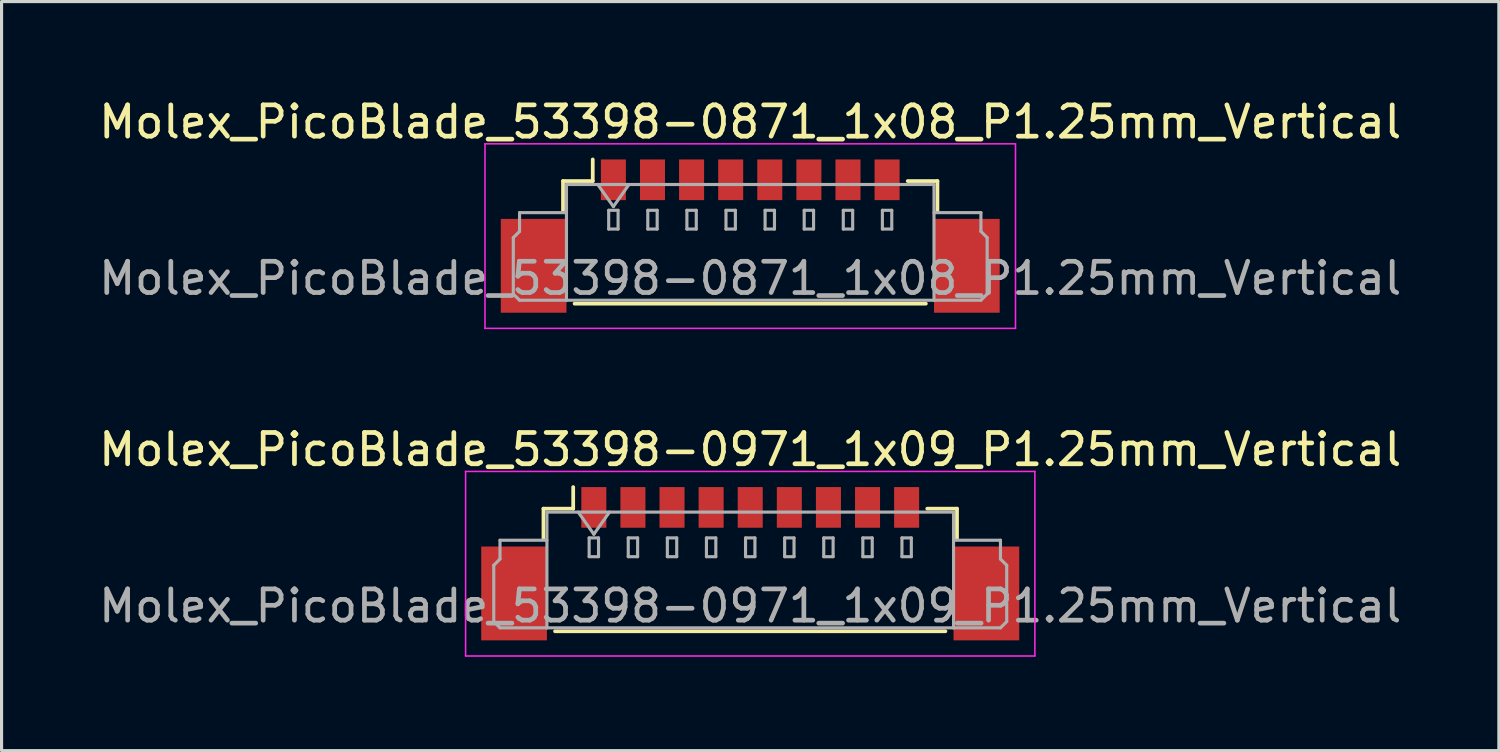
<source format=kicad_pcb>
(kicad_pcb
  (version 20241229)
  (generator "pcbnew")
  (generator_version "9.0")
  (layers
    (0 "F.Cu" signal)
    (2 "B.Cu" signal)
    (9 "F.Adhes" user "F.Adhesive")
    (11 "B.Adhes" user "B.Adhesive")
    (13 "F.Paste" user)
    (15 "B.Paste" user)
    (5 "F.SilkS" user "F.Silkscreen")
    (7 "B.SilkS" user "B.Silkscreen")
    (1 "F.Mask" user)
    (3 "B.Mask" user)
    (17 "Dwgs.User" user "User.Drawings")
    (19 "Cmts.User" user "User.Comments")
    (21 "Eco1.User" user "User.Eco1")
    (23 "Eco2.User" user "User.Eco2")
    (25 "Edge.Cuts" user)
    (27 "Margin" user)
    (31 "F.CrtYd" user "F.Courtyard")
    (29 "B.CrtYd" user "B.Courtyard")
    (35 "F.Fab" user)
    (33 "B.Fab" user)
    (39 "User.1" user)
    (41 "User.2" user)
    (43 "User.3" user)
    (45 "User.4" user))
  (footprint "Molex_PicoBlade_53398-0871_1x08_P1.25mm_Vertical"
    (layer "F.Cu")
    (at 20.935 4.498)
    (property "Reference" "Molex_PicoBlade_53398-0871_1x08_P1.25mm_Vertical" (at 0 -3.65 0) (layer "F.SilkS") (effects (font (size 1 1) (thickness 0.15))))
    (attr smd)
    (fp_line (start -5.985 -1.76) (end -5.035 -1.76) (stroke (width 0.12) (type solid)) (layer "F.SilkS"))
    (fp_line (start -5.985 -0.81) (end -5.985 -1.76) (stroke (width 0.12) (type solid)) (layer "F.SilkS"))
    (fp_line (start -5.615 2.16) (end 5.615 2.16) (stroke (width 0.12) (type solid)) (layer "F.SilkS"))
    (fp_line (start -5.035 -1.76) (end -5.035 -2.45) (stroke (width 0.12) (type solid)) (layer "F.SilkS"))
    (fp_line (start 5.985 -1.76) (end 5.035 -1.76) (stroke (width 0.12) (type solid)) (layer "F.SilkS"))
    (fp_line (start 5.985 -0.81) (end 5.985 -1.76) (stroke (width 0.12) (type solid)) (layer "F.SilkS"))
    (fp_line (start -8.48 -2.95) (end -8.48 2.95) (stroke (width 0.05) (type solid)) (layer "F.CrtYd"))
    (fp_line (start -8.48 2.95) (end 8.48 2.95) (stroke (width 0.05) (type solid)) (layer "F.CrtYd"))
    (fp_line (start 8.48 -2.95) (end -8.48 -2.95) (stroke (width 0.05) (type solid)) (layer "F.CrtYd"))
    (fp_line (start 8.48 2.95) (end 8.48 -2.95) (stroke (width 0.05) (type solid)) (layer "F.CrtYd"))
    (fp_line (start -7.575 0.05) (end -7.375 -0.15) (stroke (width 0.1) (type solid)) (layer "F.Fab"))
    (fp_line (start -7.575 1.85) (end -7.575 0.05) (stroke (width 0.1) (type solid)) (layer "F.Fab"))
    (fp_line (start -7.375 -0.75) (end -5.875 -0.75) (stroke (width 0.1) (type solid)) (layer "F.Fab"))
    (fp_line (start -7.375 -0.15) (end -7.375 -0.75) (stroke (width 0.1) (type solid)) (layer "F.Fab"))
    (fp_line (start -7.375 2.05) (end -7.575 1.85) (stroke (width 0.1) (type solid)) (layer "F.Fab"))
    (fp_line (start -5.875 -1.65) (end -5.875 2.05) (stroke (width 0.1) (type solid)) (layer "F.Fab"))
    (fp_line (start -5.875 -1.65) (end 5.875 -1.65) (stroke (width 0.1) (type solid)) (layer "F.Fab"))
    (fp_line (start -5.875 2.05) (end -7.375 2.05) (stroke (width 0.1) (type solid)) (layer "F.Fab"))
    (fp_line (start -5.875 2.05) (end 5.875 2.05) (stroke (width 0.1) (type solid)) (layer "F.Fab"))
    (fp_line (start -4.875 -1.65) (end -4.375 -0.943) (stroke (width 0.1) (type solid)) (layer "F.Fab"))
    (fp_line (start -4.525 -0.825) (end -4.525 -0.225) (stroke (width 0.1) (type solid)) (layer "F.Fab"))
    (fp_line (start -4.525 -0.225) (end -4.225 -0.225) (stroke (width 0.1) (type solid)) (layer "F.Fab"))
    (fp_line (start -4.375 -0.943) (end -3.875 -1.65) (stroke (width 0.1) (type solid)) (layer "F.Fab"))
    (fp_line (start -4.225 -0.825) (end -4.525 -0.825) (stroke (width 0.1) (type solid)) (layer "F.Fab"))
    (fp_line (start -4.225 -0.225) (end -4.225 -0.825) (stroke (width 0.1) (type solid)) (layer "F.Fab"))
    (fp_line (start -3.275 -0.825) (end -3.275 -0.225) (stroke (width 0.1) (type solid)) (layer "F.Fab"))
    (fp_line (start -3.275 -0.225) (end -2.975 -0.225) (stroke (width 0.1) (type solid)) (layer "F.Fab"))
    (fp_line (start -2.975 -0.825) (end -3.275 -0.825) (stroke (width 0.1) (type solid)) (layer "F.Fab"))
    (fp_line (start -2.975 -0.225) (end -2.975 -0.825) (stroke (width 0.1) (type solid)) (layer "F.Fab"))
    (fp_line (start -2.025 -0.825) (end -2.025 -0.225) (stroke (width 0.1) (type solid)) (layer "F.Fab"))
    (fp_line (start -2.025 -0.225) (end -1.725 -0.225) (stroke (width 0.1) (type solid)) (layer "F.Fab"))
    (fp_line (start -1.725 -0.825) (end -2.025 -0.825) (stroke (width 0.1) (type solid)) (layer "F.Fab"))
    (fp_line (start -1.725 -0.225) (end -1.725 -0.825) (stroke (width 0.1) (type solid)) (layer "F.Fab"))
    (fp_line (start -0.775 -0.825) (end -0.775 -0.225) (stroke (width 0.1) (type solid)) (layer "F.Fab"))
    (fp_line (start -0.775 -0.225) (end -0.475 -0.225) (stroke (width 0.1) (type solid)) (layer "F.Fab"))
    (fp_line (start -0.475 -0.825) (end -0.775 -0.825) (stroke (width 0.1) (type solid)) (layer "F.Fab"))
    (fp_line (start -0.475 -0.225) (end -0.475 -0.825) (stroke (width 0.1) (type solid)) (layer "F.Fab"))
    (fp_line (start 0.475 -0.825) (end 0.475 -0.225) (stroke (width 0.1) (type solid)) (layer "F.Fab"))
    (fp_line (start 0.475 -0.225) (end 0.775 -0.225) (stroke (width 0.1) (type solid)) (layer "F.Fab"))
    (fp_line (start 0.775 -0.825) (end 0.475 -0.825) (stroke (width 0.1) (type solid)) (layer "F.Fab"))
    (fp_line (start 0.775 -0.225) (end 0.775 -0.825) (stroke (width 0.1) (type solid)) (layer "F.Fab"))
    (fp_line (start 1.725 -0.825) (end 1.725 -0.225) (stroke (width 0.1) (type solid)) (layer "F.Fab"))
    (fp_line (start 1.725 -0.225) (end 2.025 -0.225) (stroke (width 0.1) (type solid)) (layer "F.Fab"))
    (fp_line (start 2.025 -0.825) (end 1.725 -0.825) (stroke (width 0.1) (type solid)) (layer "F.Fab"))
    (fp_line (start 2.025 -0.225) (end 2.025 -0.825) (stroke (width 0.1) (type solid)) (layer "F.Fab"))
    (fp_line (start 2.975 -0.825) (end 2.975 -0.225) (stroke (width 0.1) (type solid)) (layer "F.Fab"))
    (fp_line (start 2.975 -0.225) (end 3.275 -0.225) (stroke (width 0.1) (type solid)) (layer "F.Fab"))
    (fp_line (start 3.275 -0.825) (end 2.975 -0.825) (stroke (width 0.1) (type solid)) (layer "F.Fab"))
    (fp_line (start 3.275 -0.225) (end 3.275 -0.825) (stroke (width 0.1) (type solid)) (layer "F.Fab"))
    (fp_line (start 4.225 -0.825) (end 4.225 -0.225) (stroke (width 0.1) (type solid)) (layer "F.Fab"))
    (fp_line (start 4.225 -0.225) (end 4.525 -0.225) (stroke (width 0.1) (type solid)) (layer "F.Fab"))
    (fp_line (start 4.525 -0.825) (end 4.225 -0.825) (stroke (width 0.1) (type solid)) (layer "F.Fab"))
    (fp_line (start 4.525 -0.225) (end 4.525 -0.825) (stroke (width 0.1) (type solid)) (layer "F.Fab"))
    (fp_line (start 5.875 -1.65) (end 5.875 2.05) (stroke (width 0.1) (type solid)) (layer "F.Fab"))
    (fp_line (start 5.875 2.05) (end 7.375 2.05) (stroke (width 0.1) (type solid)) (layer "F.Fab"))
    (fp_line (start 7.375 -0.75) (end 5.875 -0.75) (stroke (width 0.1) (type solid)) (layer "F.Fab"))
    (fp_line (start 7.375 -0.15) (end 7.375 -0.75) (stroke (width 0.1) (type solid)) (layer "F.Fab"))
    (fp_line (start 7.375 2.05) (end 7.575 1.85) (stroke (width 0.1) (type solid)) (layer "F.Fab"))
    (fp_line (start 7.575 0.05) (end 7.375 -0.15) (stroke (width 0.1) (type solid)) (layer "F.Fab"))
    (fp_line (start 7.575 1.85) (end 7.575 0.05) (stroke (width 0.1) (type solid)) (layer "F.Fab"))
    (fp_text user "${REFERENCE}" (at 0 1.35 0) (layer "F.Fab") (effects (font (size 1 1) (thickness 0.15))))
    (pad "" smd rect (at -6.925 0.95) (size 2.1 3) (layers "F.Cu" "F.Mask" "F.Paste"))
    (pad "" smd rect (at 6.925 0.95) (size 2.1 3) (layers "F.Cu" "F.Mask" "F.Paste"))
    (pad "1" smd rect (at -4.375 -1.8) (size 0.8 1.3) (layers "F.Cu" "F.Mask" "F.Paste"))
    (pad "2" smd rect (at -3.125 -1.8) (size 0.8 1.3) (layers "F.Cu" "F.Mask" "F.Paste"))
    (pad "3" smd rect (at -1.875 -1.8) (size 0.8 1.3) (layers "F.Cu" "F.Mask" "F.Paste"))
    (pad "4" smd rect (at -0.625 -1.8) (size 0.8 1.3) (layers "F.Cu" "F.Mask" "F.Paste"))
    (pad "5" smd rect (at 0.625 -1.8) (size 0.8 1.3) (layers "F.Cu" "F.Mask" "F.Paste"))
    (pad "6" smd rect (at 1.875 -1.8) (size 0.8 1.3) (layers "F.Cu" "F.Mask" "F.Paste"))
    (pad "7" smd rect (at 3.125 -1.8) (size 0.8 1.3) (layers "F.Cu" "F.Mask" "F.Paste"))
    (pad "8" smd rect (at 4.375 -1.8) (size 0.8 1.3) (layers "F.Cu" "F.Mask" "F.Paste")))
  (footprint "Molex_PicoBlade_53398-0971_1x09_P1.25mm_Vertical"
    (layer "F.Cu")
    (at 20.935 14.972)
    (property "Reference" "Molex_PicoBlade_53398-0971_1x09_P1.25mm_Vertical" (at 0 -3.65 0) (layer "F.SilkS") (effects (font (size 1 1) (thickness 0.15))))
    (attr smd)
    (fp_line (start -6.61 -1.76) (end -5.66 -1.76) (stroke (width 0.12) (type solid)) (layer "F.SilkS"))
    (fp_line (start -6.61 -0.81) (end -6.61 -1.76) (stroke (width 0.12) (type solid)) (layer "F.SilkS"))
    (fp_line (start -6.24 2.16) (end 6.24 2.16) (stroke (width 0.12) (type solid)) (layer "F.SilkS"))
    (fp_line (start -5.66 -1.76) (end -5.66 -2.45) (stroke (width 0.12) (type solid)) (layer "F.SilkS"))
    (fp_line (start 6.61 -1.76) (end 5.66 -1.76) (stroke (width 0.12) (type solid)) (layer "F.SilkS"))
    (fp_line (start 6.61 -0.81) (end 6.61 -1.76) (stroke (width 0.12) (type solid)) (layer "F.SilkS"))
    (fp_line (start -9.1 -2.95) (end -9.1 2.95) (stroke (width 0.05) (type solid)) (layer "F.CrtYd"))
    (fp_line (start -9.1 2.95) (end 9.1 2.95) (stroke (width 0.05) (type solid)) (layer "F.CrtYd"))
    (fp_line (start 9.1 -2.95) (end -9.1 -2.95) (stroke (width 0.05) (type solid)) (layer "F.CrtYd"))
    (fp_line (start 9.1 2.95) (end 9.1 -2.95) (stroke (width 0.05) (type solid)) (layer "F.CrtYd"))
    (fp_line (start -8.2 0.05) (end -8 -0.15) (stroke (width 0.1) (type solid)) (layer "F.Fab"))
    (fp_line (start -8.2 1.85) (end -8.2 0.05) (stroke (width 0.1) (type solid)) (layer "F.Fab"))
    (fp_line (start -8 -0.75) (end -6.5 -0.75) (stroke (width 0.1) (type solid)) (layer "F.Fab"))
    (fp_line (start -8 -0.15) (end -8 -0.75) (stroke (width 0.1) (type solid)) (layer "F.Fab"))
    (fp_line (start -8 2.05) (end -8.2 1.85) (stroke (width 0.1) (type solid)) (layer "F.Fab"))
    (fp_line (start -6.5 -1.65) (end -6.5 2.05) (stroke (width 0.1) (type solid)) (layer "F.Fab"))
    (fp_line (start -6.5 -1.65) (end 6.5 -1.65) (stroke (width 0.1) (type solid)) (layer "F.Fab"))
    (fp_line (start -6.5 2.05) (end -8 2.05) (stroke (width 0.1) (type solid)) (layer "F.Fab"))
    (fp_line (start -6.5 2.05) (end 6.5 2.05) (stroke (width 0.1) (type solid)) (layer "F.Fab"))
    (fp_line (start -5.5 -1.65) (end -5 -0.943) (stroke (width 0.1) (type solid)) (layer "F.Fab"))
    (fp_line (start -5.15 -0.825) (end -5.15 -0.225) (stroke (width 0.1) (type solid)) (layer "F.Fab"))
    (fp_line (start -5.15 -0.225) (end -4.85 -0.225) (stroke (width 0.1) (type solid)) (layer "F.Fab"))
    (fp_line (start -5 -0.943) (end -4.5 -1.65) (stroke (width 0.1) (type solid)) (layer "F.Fab"))
    (fp_line (start -4.85 -0.825) (end -5.15 -0.825) (stroke (width 0.1) (type solid)) (layer "F.Fab"))
    (fp_line (start -4.85 -0.225) (end -4.85 -0.825) (stroke (width 0.1) (type solid)) (layer "F.Fab"))
    (fp_line (start -3.9 -0.825) (end -3.9 -0.225) (stroke (width 0.1) (type solid)) (layer "F.Fab"))
    (fp_line (start -3.9 -0.225) (end -3.6 -0.225) (stroke (width 0.1) (type solid)) (layer "F.Fab"))
    (fp_line (start -3.6 -0.825) (end -3.9 -0.825) (stroke (width 0.1) (type solid)) (layer "F.Fab"))
    (fp_line (start -3.6 -0.225) (end -3.6 -0.825) (stroke (width 0.1) (type solid)) (layer "F.Fab"))
    (fp_line (start -2.65 -0.825) (end -2.65 -0.225) (stroke (width 0.1) (type solid)) (layer "F.Fab"))
    (fp_line (start -2.65 -0.225) (end -2.35 -0.225) (stroke (width 0.1) (type solid)) (layer "F.Fab"))
    (fp_line (start -2.35 -0.825) (end -2.65 -0.825) (stroke (width 0.1) (type solid)) (layer "F.Fab"))
    (fp_line (start -2.35 -0.225) (end -2.35 -0.825) (stroke (width 0.1) (type solid)) (layer "F.Fab"))
    (fp_line (start -1.4 -0.825) (end -1.4 -0.225) (stroke (width 0.1) (type solid)) (layer "F.Fab"))
    (fp_line (start -1.4 -0.225) (end -1.1 -0.225) (stroke (width 0.1) (type solid)) (layer "F.Fab"))
    (fp_line (start -1.1 -0.825) (end -1.4 -0.825) (stroke (width 0.1) (type solid)) (layer "F.Fab"))
    (fp_line (start -1.1 -0.225) (end -1.1 -0.825) (stroke (width 0.1) (type solid)) (layer "F.Fab"))
    (fp_line (start -0.15 -0.825) (end -0.15 -0.225) (stroke (width 0.1) (type solid)) (layer "F.Fab"))
    (fp_line (start -0.15 -0.225) (end 0.15 -0.225) (stroke (width 0.1) (type solid)) (layer "F.Fab"))
    (fp_line (start 0.15 -0.825) (end -0.15 -0.825) (stroke (width 0.1) (type solid)) (layer "F.Fab"))
    (fp_line (start 0.15 -0.225) (end 0.15 -0.825) (stroke (width 0.1) (type solid)) (layer "F.Fab"))
    (fp_line (start 1.1 -0.825) (end 1.1 -0.225) (stroke (width 0.1) (type solid)) (layer "F.Fab"))
    (fp_line (start 1.1 -0.225) (end 1.4 -0.225) (stroke (width 0.1) (type solid)) (layer "F.Fab"))
    (fp_line (start 1.4 -0.825) (end 1.1 -0.825) (stroke (width 0.1) (type solid)) (layer "F.Fab"))
    (fp_line (start 1.4 -0.225) (end 1.4 -0.825) (stroke (width 0.1) (type solid)) (layer "F.Fab"))
    (fp_line (start 2.35 -0.825) (end 2.35 -0.225) (stroke (width 0.1) (type solid)) (layer "F.Fab"))
    (fp_line (start 2.35 -0.225) (end 2.65 -0.225) (stroke (width 0.1) (type solid)) (layer "F.Fab"))
    (fp_line (start 2.65 -0.825) (end 2.35 -0.825) (stroke (width 0.1) (type solid)) (layer "F.Fab"))
    (fp_line (start 2.65 -0.225) (end 2.65 -0.825) (stroke (width 0.1) (type solid)) (layer "F.Fab"))
    (fp_line (start 3.6 -0.825) (end 3.6 -0.225) (stroke (width 0.1) (type solid)) (layer "F.Fab"))
    (fp_line (start 3.6 -0.225) (end 3.9 -0.225) (stroke (width 0.1) (type solid)) (layer "F.Fab"))
    (fp_line (start 3.9 -0.825) (end 3.6 -0.825) (stroke (width 0.1) (type solid)) (layer "F.Fab"))
    (fp_line (start 3.9 -0.225) (end 3.9 -0.825) (stroke (width 0.1) (type solid)) (layer "F.Fab"))
    (fp_line (start 4.85 -0.825) (end 4.85 -0.225) (stroke (width 0.1) (type solid)) (layer "F.Fab"))
    (fp_line (start 4.85 -0.225) (end 5.15 -0.225) (stroke (width 0.1) (type solid)) (layer "F.Fab"))
    (fp_line (start 5.15 -0.825) (end 4.85 -0.825) (stroke (width 0.1) (type solid)) (layer "F.Fab"))
    (fp_line (start 5.15 -0.225) (end 5.15 -0.825) (stroke (width 0.1) (type solid)) (layer "F.Fab"))
    (fp_line (start 6.5 -1.65) (end 6.5 2.05) (stroke (width 0.1) (type solid)) (layer "F.Fab"))
    (fp_line (start 6.5 2.05) (end 8 2.05) (stroke (width 0.1) (type solid)) (layer "F.Fab"))
    (fp_line (start 8 -0.75) (end 6.5 -0.75) (stroke (width 0.1) (type solid)) (layer "F.Fab"))
    (fp_line (start 8 -0.15) (end 8 -0.75) (stroke (width 0.1) (type solid)) (layer "F.Fab"))
    (fp_line (start 8 2.05) (end 8.2 1.85) (stroke (width 0.1) (type solid)) (layer "F.Fab"))
    (fp_line (start 8.2 0.05) (end 8 -0.15) (stroke (width 0.1) (type solid)) (layer "F.Fab"))
    (fp_line (start 8.2 1.85) (end 8.2 0.05) (stroke (width 0.1) (type solid)) (layer "F.Fab"))
    (fp_text user "${REFERENCE}" (at 0 1.35 0) (layer "F.Fab") (effects (font (size 1 1) (thickness 0.15))))
    (pad "" smd rect (at -7.55 0.95) (size 2.1 3) (layers "F.Cu" "F.Mask" "F.Paste"))
    (pad "" smd rect (at 7.55 0.95) (size 2.1 3) (layers "F.Cu" "F.Mask" "F.Paste"))
    (pad "1" smd rect (at -5 -1.8) (size 0.8 1.3) (layers "F.Cu" "F.Mask" "F.Paste"))
    (pad "2" smd rect (at -3.75 -1.8) (size 0.8 1.3) (layers "F.Cu" "F.Mask" "F.Paste"))
    (pad "3" smd rect (at -2.5 -1.8) (size 0.8 1.3) (layers "F.Cu" "F.Mask" "F.Paste"))
    (pad "4" smd rect (at -1.25 -1.8) (size 0.8 1.3) (layers "F.Cu" "F.Mask" "F.Paste"))
    (pad "5" smd rect (at 0 -1.8) (size 0.8 1.3) (layers "F.Cu" "F.Mask" "F.Paste"))
    (pad "6" smd rect (at 1.25 -1.8) (size 0.8 1.3) (layers "F.Cu" "F.Mask" "F.Paste"))
    (pad "7" smd rect (at 2.5 -1.8) (size 0.8 1.3) (layers "F.Cu" "F.Mask" "F.Paste"))
    (pad "8" smd rect (at 3.75 -1.8) (size 0.8 1.3) (layers "F.Cu" "F.Mask" "F.Paste"))
    (pad "9" smd rect (at 5 -1.8) (size 0.8 1.3) (layers "F.Cu" "F.Mask" "F.Paste")))
  (gr_rect
    (start -3 -3)
    (end 44.869 20.947)
    (stroke (width 0.1) (type default))
    (fill no)
    (layer "Edge.Cuts")))
</source>
